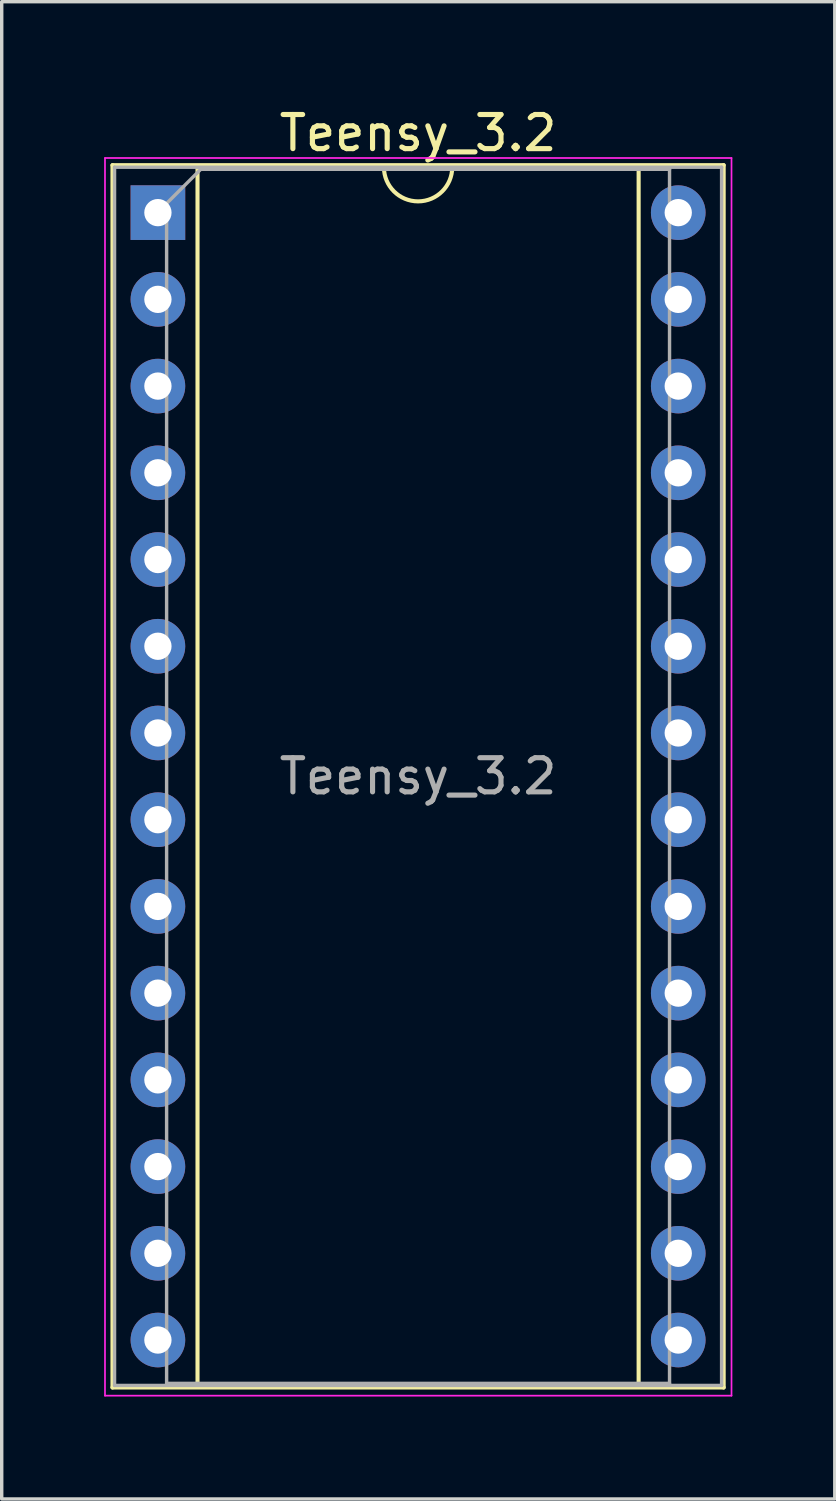
<source format=kicad_pcb>
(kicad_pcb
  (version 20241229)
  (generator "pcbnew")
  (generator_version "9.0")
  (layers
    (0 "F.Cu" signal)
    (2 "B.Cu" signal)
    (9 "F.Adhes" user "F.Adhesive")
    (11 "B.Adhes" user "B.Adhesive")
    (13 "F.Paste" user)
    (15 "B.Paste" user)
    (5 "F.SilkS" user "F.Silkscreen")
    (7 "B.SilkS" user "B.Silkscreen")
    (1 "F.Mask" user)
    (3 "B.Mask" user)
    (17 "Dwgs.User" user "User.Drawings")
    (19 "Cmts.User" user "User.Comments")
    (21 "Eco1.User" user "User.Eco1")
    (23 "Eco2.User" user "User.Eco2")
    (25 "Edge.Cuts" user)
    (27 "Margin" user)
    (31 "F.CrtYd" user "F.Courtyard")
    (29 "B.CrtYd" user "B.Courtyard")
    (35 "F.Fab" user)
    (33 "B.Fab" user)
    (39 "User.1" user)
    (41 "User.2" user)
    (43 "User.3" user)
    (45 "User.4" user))
  (footprint "Teensy_3.2"
    (layer "F.Cu")
    (at 1.575 3.178)
    (property "Reference" "Teensy_3.2" (at 7.62 -2.33 0) (layer "F.SilkS") (effects (font (size 1 1) (thickness 0.15))))
    (attr through_hole)
    (fp_line (start -1.33 -1.39) (end -1.33 34.41) (stroke (width 0.12) (type solid)) (layer "F.SilkS"))
    (fp_line (start -1.33 34.41) (end 16.57 34.41) (stroke (width 0.12) (type solid)) (layer "F.SilkS"))
    (fp_line (start 1.16 -1.33) (end 1.16 34.35) (stroke (width 0.12) (type solid)) (layer "F.SilkS"))
    (fp_line (start 1.16 34.35) (end 14.08 34.35) (stroke (width 0.12) (type solid)) (layer "F.SilkS"))
    (fp_line (start 6.62 -1.33) (end 1.16 -1.33) (stroke (width 0.12) (type solid)) (layer "F.SilkS"))
    (fp_line (start 14.08 -1.33) (end 8.62 -1.33) (stroke (width 0.12) (type solid)) (layer "F.SilkS"))
    (fp_line (start 14.08 34.35) (end 14.08 -1.33) (stroke (width 0.12) (type solid)) (layer "F.SilkS"))
    (fp_line (start 16.57 -1.39) (end -1.33 -1.39) (stroke (width 0.12) (type solid)) (layer "F.SilkS"))
    (fp_line (start 16.57 34.41) (end 16.57 -1.39) (stroke (width 0.12) (type solid)) (layer "F.SilkS"))
    (fp_arc (start 8.62 -1.33) (mid 7.62 -0.33) (end 6.62 -1.33) (stroke (width 0.12) (type solid)) (layer "F.SilkS"))
    (fp_line (start -1.55 -1.6) (end -1.55 34.65) (stroke (width 0.05) (type solid)) (layer "F.CrtYd"))
    (fp_line (start -1.55 34.65) (end 16.8 34.65) (stroke (width 0.05) (type solid)) (layer "F.CrtYd"))
    (fp_line (start 16.8 -1.6) (end -1.55 -1.6) (stroke (width 0.05) (type solid)) (layer "F.CrtYd"))
    (fp_line (start 16.8 34.65) (end 16.8 -1.6) (stroke (width 0.05) (type solid)) (layer "F.CrtYd"))
    (fp_line (start -1.27 -1.33) (end -1.27 34.35) (stroke (width 0.1) (type solid)) (layer "F.Fab"))
    (fp_line (start -1.27 34.35) (end 16.51 34.35) (stroke (width 0.1) (type solid)) (layer "F.Fab"))
    (fp_line (start 0.255 -0.27) (end 1.255 -1.27) (stroke (width 0.1) (type solid)) (layer "F.Fab"))
    (fp_line (start 0.255 34.29) (end 0.255 -0.27) (stroke (width 0.1) (type solid)) (layer "F.Fab"))
    (fp_line (start 1.255 -1.27) (end 14.985 -1.27) (stroke (width 0.1) (type solid)) (layer "F.Fab"))
    (fp_line (start 14.985 -1.27) (end 14.985 34.29) (stroke (width 0.1) (type solid)) (layer "F.Fab"))
    (fp_line (start 14.985 34.29) (end 0.255 34.29) (stroke (width 0.1) (type solid)) (layer "F.Fab"))
    (fp_line (start 16.51 -1.33) (end -1.27 -1.33) (stroke (width 0.1) (type solid)) (layer "F.Fab"))
    (fp_line (start 16.51 34.35) (end 16.51 -1.33) (stroke (width 0.1) (type solid)) (layer "F.Fab"))
    (fp_text user "${REFERENCE}" (at 7.62 16.51 0) (layer "F.Fab") (effects (font (size 1 1) (thickness 0.15))))
    (pad "1" thru_hole rect (at 0 0) (size 1.6 1.6) (drill 0.8) (layers "*.Cu" "*.Mask"))
    (pad "2" thru_hole oval (at 0 2.54) (size 1.6 1.6) (drill 0.8) (layers "*.Cu" "*.Mask"))
    (pad "3" thru_hole oval (at 0 5.08) (size 1.6 1.6) (drill 0.8) (layers "*.Cu" "*.Mask"))
    (pad "4" thru_hole oval (at 0 7.62) (size 1.6 1.6) (drill 0.8) (layers "*.Cu" "*.Mask"))
    (pad "5" thru_hole oval (at 0 10.16) (size 1.6 1.6) (drill 0.8) (layers "*.Cu" "*.Mask"))
    (pad "6" thru_hole oval (at 0 12.7) (size 1.6 1.6) (drill 0.8) (layers "*.Cu" "*.Mask"))
    (pad "7" thru_hole oval (at 0 15.24) (size 1.6 1.6) (drill 0.8) (layers "*.Cu" "*.Mask"))
    (pad "8" thru_hole oval (at 0 17.78) (size 1.6 1.6) (drill 0.8) (layers "*.Cu" "*.Mask"))
    (pad "9" thru_hole oval (at 0 20.32) (size 1.6 1.6) (drill 0.8) (layers "*.Cu" "*.Mask"))
    (pad "10" thru_hole oval (at 0 22.86) (size 1.6 1.6) (drill 0.8) (layers "*.Cu" "*.Mask"))
    (pad "11" thru_hole oval (at 0 25.4) (size 1.6 1.6) (drill 0.8) (layers "*.Cu" "*.Mask"))
    (pad "12" thru_hole oval (at 0 27.94) (size 1.6 1.6) (drill 0.8) (layers "*.Cu" "*.Mask"))
    (pad "13" thru_hole oval (at 0 30.48) (size 1.6 1.6) (drill 0.8) (layers "*.Cu" "*.Mask"))
    (pad "14" thru_hole oval (at 0 33.02) (size 1.6 1.6) (drill 0.8) (layers "*.Cu" "*.Mask"))
    (pad "15" thru_hole oval (at 15.24 33.02) (size 1.6 1.6) (drill 0.8) (layers "*.Cu" "*.Mask"))
    (pad "16" thru_hole oval (at 15.24 30.48) (size 1.6 1.6) (drill 0.8) (layers "*.Cu" "*.Mask"))
    (pad "17" thru_hole oval (at 15.24 27.94) (size 1.6 1.6) (drill 0.8) (layers "*.Cu" "*.Mask"))
    (pad "18" thru_hole oval (at 15.24 25.4) (size 1.6 1.6) (drill 0.8) (layers "*.Cu" "*.Mask"))
    (pad "19" thru_hole oval (at 15.24 22.86) (size 1.6 1.6) (drill 0.8) (layers "*.Cu" "*.Mask"))
    (pad "20" thru_hole oval (at 15.24 20.32) (size 1.6 1.6) (drill 0.8) (layers "*.Cu" "*.Mask"))
    (pad "21" thru_hole oval (at 15.24 17.78) (size 1.6 1.6) (drill 0.8) (layers "*.Cu" "*.Mask"))
    (pad "22" thru_hole oval (at 15.24 15.24) (size 1.6 1.6) (drill 0.8) (layers "*.Cu" "*.Mask"))
    (pad "23" thru_hole oval (at 15.24 12.7) (size 1.6 1.6) (drill 0.8) (layers "*.Cu" "*.Mask"))
    (pad "24" thru_hole oval (at 15.24 10.16) (size 1.6 1.6) (drill 0.8) (layers "*.Cu" "*.Mask"))
    (pad "25" thru_hole oval (at 15.24 7.62) (size 1.6 1.6) (drill 0.8) (layers "*.Cu" "*.Mask"))
    (pad "26" thru_hole oval (at 15.24 5.08) (size 1.6 1.6) (drill 0.8) (layers "*.Cu" "*.Mask"))
    (pad "27" thru_hole oval (at 15.24 2.54) (size 1.6 1.6) (drill 0.8) (layers "*.Cu" "*.Mask"))
    (pad "28" thru_hole oval (at 15.24 0) (size 1.6 1.6) (drill 0.8) (layers "*.Cu" "*.Mask")))
  (gr_rect
    (start -3 -3)
    (end 21.4 40.853)
    (stroke (width 0.1) (type default))
    (fill no)
    (layer "Edge.Cuts")))
</source>
